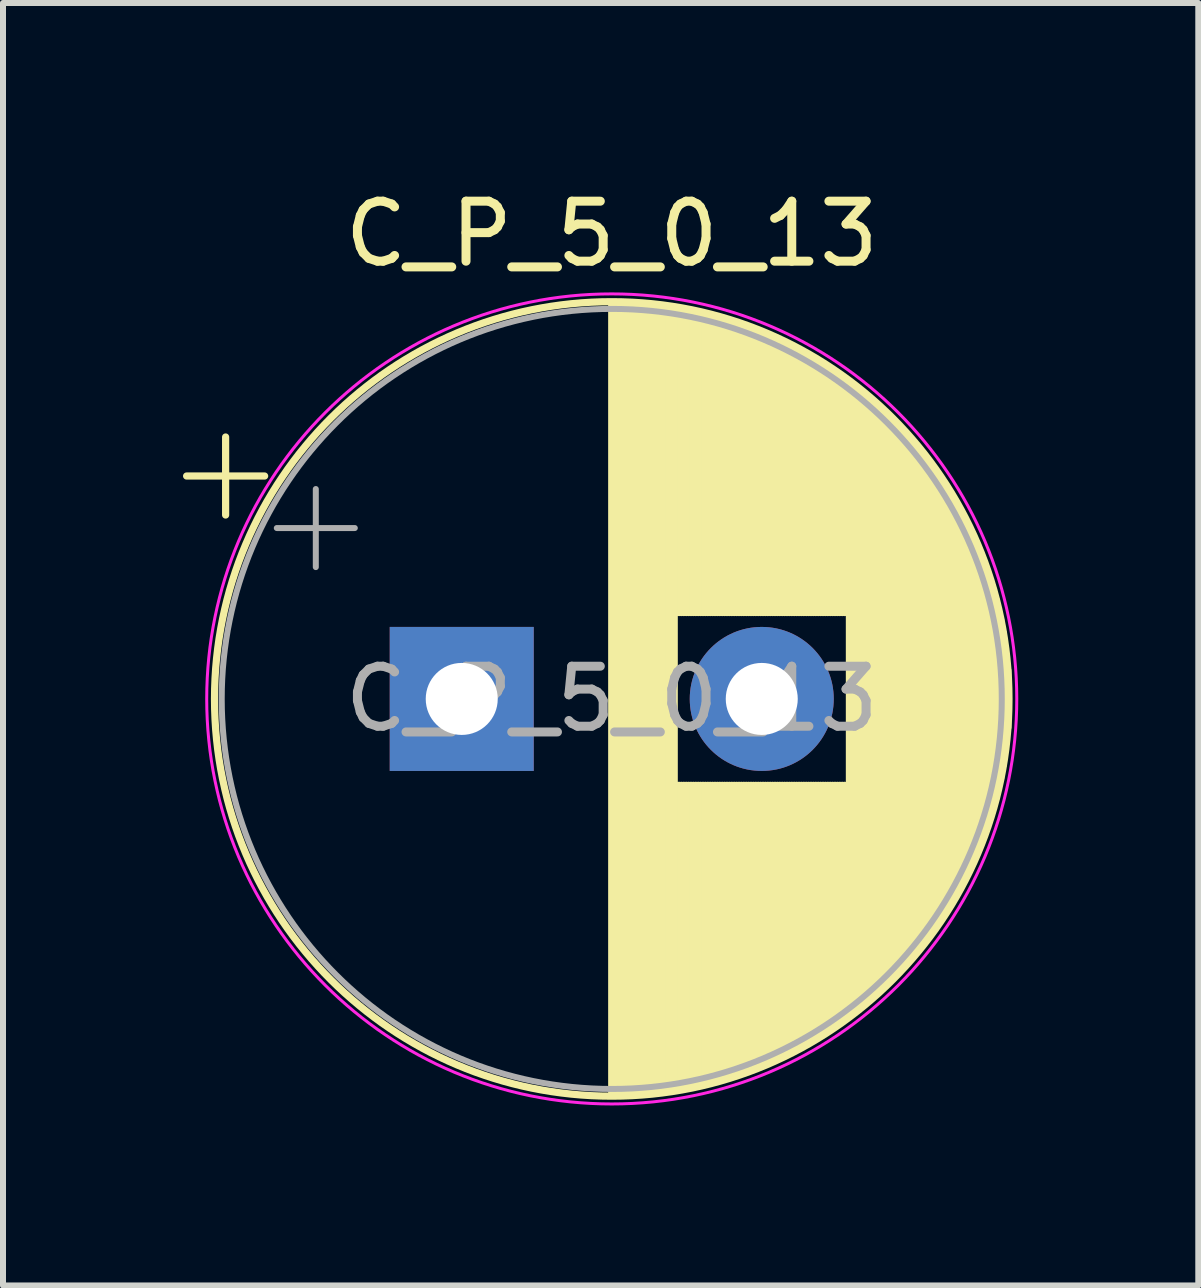
<source format=kicad_pcb>
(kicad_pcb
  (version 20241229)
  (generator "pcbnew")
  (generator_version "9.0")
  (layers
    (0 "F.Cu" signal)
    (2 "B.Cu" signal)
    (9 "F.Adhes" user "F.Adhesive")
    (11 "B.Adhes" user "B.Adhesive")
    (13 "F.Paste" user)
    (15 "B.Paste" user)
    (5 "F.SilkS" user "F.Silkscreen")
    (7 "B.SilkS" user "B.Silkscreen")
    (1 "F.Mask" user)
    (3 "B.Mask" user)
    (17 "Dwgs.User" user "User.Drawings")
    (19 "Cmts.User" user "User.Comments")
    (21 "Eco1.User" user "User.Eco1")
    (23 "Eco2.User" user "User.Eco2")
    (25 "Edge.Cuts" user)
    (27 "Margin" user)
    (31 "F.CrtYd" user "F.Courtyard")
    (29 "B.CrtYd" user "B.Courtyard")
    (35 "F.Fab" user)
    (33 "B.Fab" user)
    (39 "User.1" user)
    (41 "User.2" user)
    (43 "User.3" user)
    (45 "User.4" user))
  (footprint "C_P_5_0_13"
    (layer "F.Cu")
    (at 4.645 8.598)
    (property "Reference" "C_P_5_0_13" (at 2.5 -7.75 0) (layer "F.SilkS") (effects (font (size 1 1) (thickness 0.15))))
    (attr through_hole)
    (fp_line (start -4.585 -3.715) (end -3.285 -3.715) (stroke (width 0.12) (type solid)) (layer "F.SilkS"))
    (fp_line (start -3.935 -4.365) (end -3.935 -3.065) (stroke (width 0.12) (type solid)) (layer "F.SilkS"))
    (fp_line (start 2.5 -6.58) (end 2.5 6.58) (stroke (width 0.12) (type solid)) (layer "F.SilkS"))
    (fp_line (start 2.54 -6.58) (end 2.54 6.58) (stroke (width 0.12) (type solid)) (layer "F.SilkS"))
    (fp_line (start 2.58 -6.58) (end 2.58 6.58) (stroke (width 0.12) (type solid)) (layer "F.SilkS"))
    (fp_line (start 2.62 -6.579) (end 2.62 6.579) (stroke (width 0.12) (type solid)) (layer "F.SilkS"))
    (fp_line (start 2.66 -6.579) (end 2.66 6.579) (stroke (width 0.12) (type solid)) (layer "F.SilkS"))
    (fp_line (start 2.7 -6.577) (end 2.7 6.577) (stroke (width 0.12) (type solid)) (layer "F.SilkS"))
    (fp_line (start 2.74 -6.576) (end 2.74 6.576) (stroke (width 0.12) (type solid)) (layer "F.SilkS"))
    (fp_line (start 2.78 -6.575) (end 2.78 6.575) (stroke (width 0.12) (type solid)) (layer "F.SilkS"))
    (fp_line (start 2.82 -6.573) (end 2.82 6.573) (stroke (width 0.12) (type solid)) (layer "F.SilkS"))
    (fp_line (start 2.86 -6.571) (end 2.86 6.571) (stroke (width 0.12) (type solid)) (layer "F.SilkS"))
    (fp_line (start 2.9 -6.568) (end 2.9 6.568) (stroke (width 0.12) (type solid)) (layer "F.SilkS"))
    (fp_line (start 2.94 -6.566) (end 2.94 6.566) (stroke (width 0.12) (type solid)) (layer "F.SilkS"))
    (fp_line (start 2.98 -6.563) (end 2.98 6.563) (stroke (width 0.12) (type solid)) (layer "F.SilkS"))
    (fp_line (start 3.02 -6.56) (end 3.02 6.56) (stroke (width 0.12) (type solid)) (layer "F.SilkS"))
    (fp_line (start 3.06 -6.557) (end 3.06 6.557) (stroke (width 0.12) (type solid)) (layer "F.SilkS"))
    (fp_line (start 3.1 -6.553) (end 3.1 6.553) (stroke (width 0.12) (type solid)) (layer "F.SilkS"))
    (fp_line (start 3.14 -6.549) (end 3.14 6.549) (stroke (width 0.12) (type solid)) (layer "F.SilkS"))
    (fp_line (start 3.18 -6.545) (end 3.18 6.545) (stroke (width 0.12) (type solid)) (layer "F.SilkS"))
    (fp_line (start 3.221 -6.541) (end 3.221 6.541) (stroke (width 0.12) (type solid)) (layer "F.SilkS"))
    (fp_line (start 3.261 -6.537) (end 3.261 6.537) (stroke (width 0.12) (type solid)) (layer "F.SilkS"))
    (fp_line (start 3.301 -6.532) (end 3.301 6.532) (stroke (width 0.12) (type solid)) (layer "F.SilkS"))
    (fp_line (start 3.341 -6.527) (end 3.341 6.527) (stroke (width 0.12) (type solid)) (layer "F.SilkS"))
    (fp_line (start 3.381 -6.522) (end 3.381 6.522) (stroke (width 0.12) (type solid)) (layer "F.SilkS"))
    (fp_line (start 3.421 -6.516) (end 3.421 6.516) (stroke (width 0.12) (type solid)) (layer "F.SilkS"))
    (fp_line (start 3.461 -6.511) (end 3.461 6.511) (stroke (width 0.12) (type solid)) (layer "F.SilkS"))
    (fp_line (start 3.501 -6.505) (end 3.501 6.505) (stroke (width 0.12) (type solid)) (layer "F.SilkS"))
    (fp_line (start 3.541 -6.498) (end 3.541 6.498) (stroke (width 0.12) (type solid)) (layer "F.SilkS"))
    (fp_line (start 3.581 -6.492) (end 3.581 -1.44) (stroke (width 0.12) (type solid)) (layer "F.SilkS"))
    (fp_line (start 3.581 1.44) (end 3.581 6.492) (stroke (width 0.12) (type solid)) (layer "F.SilkS"))
    (fp_line (start 3.621 -6.485) (end 3.621 -1.44) (stroke (width 0.12) (type solid)) (layer "F.SilkS"))
    (fp_line (start 3.621 1.44) (end 3.621 6.485) (stroke (width 0.12) (type solid)) (layer "F.SilkS"))
    (fp_line (start 3.661 -6.478) (end 3.661 -1.44) (stroke (width 0.12) (type solid)) (layer "F.SilkS"))
    (fp_line (start 3.661 1.44) (end 3.661 6.478) (stroke (width 0.12) (type solid)) (layer "F.SilkS"))
    (fp_line (start 3.701 -6.471) (end 3.701 -1.44) (stroke (width 0.12) (type solid)) (layer "F.SilkS"))
    (fp_line (start 3.701 1.44) (end 3.701 6.471) (stroke (width 0.12) (type solid)) (layer "F.SilkS"))
    (fp_line (start 3.741 -6.463) (end 3.741 -1.44) (stroke (width 0.12) (type solid)) (layer "F.SilkS"))
    (fp_line (start 3.741 1.44) (end 3.741 6.463) (stroke (width 0.12) (type solid)) (layer "F.SilkS"))
    (fp_line (start 3.781 -6.456) (end 3.781 -1.44) (stroke (width 0.12) (type solid)) (layer "F.SilkS"))
    (fp_line (start 3.781 1.44) (end 3.781 6.456) (stroke (width 0.12) (type solid)) (layer "F.SilkS"))
    (fp_line (start 3.821 -6.448) (end 3.821 -1.44) (stroke (width 0.12) (type solid)) (layer "F.SilkS"))
    (fp_line (start 3.821 1.44) (end 3.821 6.448) (stroke (width 0.12) (type solid)) (layer "F.SilkS"))
    (fp_line (start 3.861 -6.439) (end 3.861 -1.44) (stroke (width 0.12) (type solid)) (layer "F.SilkS"))
    (fp_line (start 3.861 1.44) (end 3.861 6.439) (stroke (width 0.12) (type solid)) (layer "F.SilkS"))
    (fp_line (start 3.901 -6.431) (end 3.901 -1.44) (stroke (width 0.12) (type solid)) (layer "F.SilkS"))
    (fp_line (start 3.901 1.44) (end 3.901 6.431) (stroke (width 0.12) (type solid)) (layer "F.SilkS"))
    (fp_line (start 3.941 -6.422) (end 3.941 -1.44) (stroke (width 0.12) (type solid)) (layer "F.SilkS"))
    (fp_line (start 3.941 1.44) (end 3.941 6.422) (stroke (width 0.12) (type solid)) (layer "F.SilkS"))
    (fp_line (start 3.981 -6.413) (end 3.981 -1.44) (stroke (width 0.12) (type solid)) (layer "F.SilkS"))
    (fp_line (start 3.981 1.44) (end 3.981 6.413) (stroke (width 0.12) (type solid)) (layer "F.SilkS"))
    (fp_line (start 4.021 -6.404) (end 4.021 -1.44) (stroke (width 0.12) (type solid)) (layer "F.SilkS"))
    (fp_line (start 4.021 1.44) (end 4.021 6.404) (stroke (width 0.12) (type solid)) (layer "F.SilkS"))
    (fp_line (start 4.061 -6.394) (end 4.061 -1.44) (stroke (width 0.12) (type solid)) (layer "F.SilkS"))
    (fp_line (start 4.061 1.44) (end 4.061 6.394) (stroke (width 0.12) (type solid)) (layer "F.SilkS"))
    (fp_line (start 4.101 -6.384) (end 4.101 -1.44) (stroke (width 0.12) (type solid)) (layer "F.SilkS"))
    (fp_line (start 4.101 1.44) (end 4.101 6.384) (stroke (width 0.12) (type solid)) (layer "F.SilkS"))
    (fp_line (start 4.141 -6.374) (end 4.141 -1.44) (stroke (width 0.12) (type solid)) (layer "F.SilkS"))
    (fp_line (start 4.141 1.44) (end 4.141 6.374) (stroke (width 0.12) (type solid)) (layer "F.SilkS"))
    (fp_line (start 4.181 -6.364) (end 4.181 -1.44) (stroke (width 0.12) (type solid)) (layer "F.SilkS"))
    (fp_line (start 4.181 1.44) (end 4.181 6.364) (stroke (width 0.12) (type solid)) (layer "F.SilkS"))
    (fp_line (start 4.221 -6.353) (end 4.221 -1.44) (stroke (width 0.12) (type solid)) (layer "F.SilkS"))
    (fp_line (start 4.221 1.44) (end 4.221 6.353) (stroke (width 0.12) (type solid)) (layer "F.SilkS"))
    (fp_line (start 4.261 -6.342) (end 4.261 -1.44) (stroke (width 0.12) (type solid)) (layer "F.SilkS"))
    (fp_line (start 4.261 1.44) (end 4.261 6.342) (stroke (width 0.12) (type solid)) (layer "F.SilkS"))
    (fp_line (start 4.301 -6.331) (end 4.301 -1.44) (stroke (width 0.12) (type solid)) (layer "F.SilkS"))
    (fp_line (start 4.301 1.44) (end 4.301 6.331) (stroke (width 0.12) (type solid)) (layer "F.SilkS"))
    (fp_line (start 4.341 -6.32) (end 4.341 -1.44) (stroke (width 0.12) (type solid)) (layer "F.SilkS"))
    (fp_line (start 4.341 1.44) (end 4.341 6.32) (stroke (width 0.12) (type solid)) (layer "F.SilkS"))
    (fp_line (start 4.381 -6.308) (end 4.381 -1.44) (stroke (width 0.12) (type solid)) (layer "F.SilkS"))
    (fp_line (start 4.381 1.44) (end 4.381 6.308) (stroke (width 0.12) (type solid)) (layer "F.SilkS"))
    (fp_line (start 4.421 -6.296) (end 4.421 -1.44) (stroke (width 0.12) (type solid)) (layer "F.SilkS"))
    (fp_line (start 4.421 1.44) (end 4.421 6.296) (stroke (width 0.12) (type solid)) (layer "F.SilkS"))
    (fp_line (start 4.461 -6.284) (end 4.461 -1.44) (stroke (width 0.12) (type solid)) (layer "F.SilkS"))
    (fp_line (start 4.461 1.44) (end 4.461 6.284) (stroke (width 0.12) (type solid)) (layer "F.SilkS"))
    (fp_line (start 4.501 -6.271) (end 4.501 -1.44) (stroke (width 0.12) (type solid)) (layer "F.SilkS"))
    (fp_line (start 4.501 1.44) (end 4.501 6.271) (stroke (width 0.12) (type solid)) (layer "F.SilkS"))
    (fp_line (start 4.541 -6.258) (end 4.541 -1.44) (stroke (width 0.12) (type solid)) (layer "F.SilkS"))
    (fp_line (start 4.541 1.44) (end 4.541 6.258) (stroke (width 0.12) (type solid)) (layer "F.SilkS"))
    (fp_line (start 4.581 -6.245) (end 4.581 -1.44) (stroke (width 0.12) (type solid)) (layer "F.SilkS"))
    (fp_line (start 4.581 1.44) (end 4.581 6.245) (stroke (width 0.12) (type solid)) (layer "F.SilkS"))
    (fp_line (start 4.621 -6.232) (end 4.621 -1.44) (stroke (width 0.12) (type solid)) (layer "F.SilkS"))
    (fp_line (start 4.621 1.44) (end 4.621 6.232) (stroke (width 0.12) (type solid)) (layer "F.SilkS"))
    (fp_line (start 4.661 -6.218) (end 4.661 -1.44) (stroke (width 0.12) (type solid)) (layer "F.SilkS"))
    (fp_line (start 4.661 1.44) (end 4.661 6.218) (stroke (width 0.12) (type solid)) (layer "F.SilkS"))
    (fp_line (start 4.701 -6.204) (end 4.701 -1.44) (stroke (width 0.12) (type solid)) (layer "F.SilkS"))
    (fp_line (start 4.701 1.44) (end 4.701 6.204) (stroke (width 0.12) (type solid)) (layer "F.SilkS"))
    (fp_line (start 4.741 -6.19) (end 4.741 -1.44) (stroke (width 0.12) (type solid)) (layer "F.SilkS"))
    (fp_line (start 4.741 1.44) (end 4.741 6.19) (stroke (width 0.12) (type solid)) (layer "F.SilkS"))
    (fp_line (start 4.781 -6.175) (end 4.781 -1.44) (stroke (width 0.12) (type solid)) (layer "F.SilkS"))
    (fp_line (start 4.781 1.44) (end 4.781 6.175) (stroke (width 0.12) (type solid)) (layer "F.SilkS"))
    (fp_line (start 4.821 -6.161) (end 4.821 -1.44) (stroke (width 0.12) (type solid)) (layer "F.SilkS"))
    (fp_line (start 4.821 1.44) (end 4.821 6.161) (stroke (width 0.12) (type solid)) (layer "F.SilkS"))
    (fp_line (start 4.861 -6.146) (end 4.861 -1.44) (stroke (width 0.12) (type solid)) (layer "F.SilkS"))
    (fp_line (start 4.861 1.44) (end 4.861 6.146) (stroke (width 0.12) (type solid)) (layer "F.SilkS"))
    (fp_line (start 4.901 -6.13) (end 4.901 -1.44) (stroke (width 0.12) (type solid)) (layer "F.SilkS"))
    (fp_line (start 4.901 1.44) (end 4.901 6.13) (stroke (width 0.12) (type solid)) (layer "F.SilkS"))
    (fp_line (start 4.941 -6.114) (end 4.941 -1.44) (stroke (width 0.12) (type solid)) (layer "F.SilkS"))
    (fp_line (start 4.941 1.44) (end 4.941 6.114) (stroke (width 0.12) (type solid)) (layer "F.SilkS"))
    (fp_line (start 4.981 -6.098) (end 4.981 -1.44) (stroke (width 0.12) (type solid)) (layer "F.SilkS"))
    (fp_line (start 4.981 1.44) (end 4.981 6.098) (stroke (width 0.12) (type solid)) (layer "F.SilkS"))
    (fp_line (start 5.021 -6.082) (end 5.021 -1.44) (stroke (width 0.12) (type solid)) (layer "F.SilkS"))
    (fp_line (start 5.021 1.44) (end 5.021 6.082) (stroke (width 0.12) (type solid)) (layer "F.SilkS"))
    (fp_line (start 5.061 -6.065) (end 5.061 -1.44) (stroke (width 0.12) (type solid)) (layer "F.SilkS"))
    (fp_line (start 5.061 1.44) (end 5.061 6.065) (stroke (width 0.12) (type solid)) (layer "F.SilkS"))
    (fp_line (start 5.101 -6.049) (end 5.101 -1.44) (stroke (width 0.12) (type solid)) (layer "F.SilkS"))
    (fp_line (start 5.101 1.44) (end 5.101 6.049) (stroke (width 0.12) (type solid)) (layer "F.SilkS"))
    (fp_line (start 5.141 -6.031) (end 5.141 -1.44) (stroke (width 0.12) (type solid)) (layer "F.SilkS"))
    (fp_line (start 5.141 1.44) (end 5.141 6.031) (stroke (width 0.12) (type solid)) (layer "F.SilkS"))
    (fp_line (start 5.181 -6.014) (end 5.181 -1.44) (stroke (width 0.12) (type solid)) (layer "F.SilkS"))
    (fp_line (start 5.181 1.44) (end 5.181 6.014) (stroke (width 0.12) (type solid)) (layer "F.SilkS"))
    (fp_line (start 5.221 -5.996) (end 5.221 -1.44) (stroke (width 0.12) (type solid)) (layer "F.SilkS"))
    (fp_line (start 5.221 1.44) (end 5.221 5.996) (stroke (width 0.12) (type solid)) (layer "F.SilkS"))
    (fp_line (start 5.261 -5.978) (end 5.261 -1.44) (stroke (width 0.12) (type solid)) (layer "F.SilkS"))
    (fp_line (start 5.261 1.44) (end 5.261 5.978) (stroke (width 0.12) (type solid)) (layer "F.SilkS"))
    (fp_line (start 5.301 -5.959) (end 5.301 -1.44) (stroke (width 0.12) (type solid)) (layer "F.SilkS"))
    (fp_line (start 5.301 1.44) (end 5.301 5.959) (stroke (width 0.12) (type solid)) (layer "F.SilkS"))
    (fp_line (start 5.341 -5.94) (end 5.341 -1.44) (stroke (width 0.12) (type solid)) (layer "F.SilkS"))
    (fp_line (start 5.341 1.44) (end 5.341 5.94) (stroke (width 0.12) (type solid)) (layer "F.SilkS"))
    (fp_line (start 5.381 -5.921) (end 5.381 -1.44) (stroke (width 0.12) (type solid)) (layer "F.SilkS"))
    (fp_line (start 5.381 1.44) (end 5.381 5.921) (stroke (width 0.12) (type solid)) (layer "F.SilkS"))
    (fp_line (start 5.421 -5.902) (end 5.421 -1.44) (stroke (width 0.12) (type solid)) (layer "F.SilkS"))
    (fp_line (start 5.421 1.44) (end 5.421 5.902) (stroke (width 0.12) (type solid)) (layer "F.SilkS"))
    (fp_line (start 5.461 -5.882) (end 5.461 -1.44) (stroke (width 0.12) (type solid)) (layer "F.SilkS"))
    (fp_line (start 5.461 1.44) (end 5.461 5.882) (stroke (width 0.12) (type solid)) (layer "F.SilkS"))
    (fp_line (start 5.501 -5.862) (end 5.501 -1.44) (stroke (width 0.12) (type solid)) (layer "F.SilkS"))
    (fp_line (start 5.501 1.44) (end 5.501 5.862) (stroke (width 0.12) (type solid)) (layer "F.SilkS"))
    (fp_line (start 5.541 -5.841) (end 5.541 -1.44) (stroke (width 0.12) (type solid)) (layer "F.SilkS"))
    (fp_line (start 5.541 1.44) (end 5.541 5.841) (stroke (width 0.12) (type solid)) (layer "F.SilkS"))
    (fp_line (start 5.581 -5.82) (end 5.581 -1.44) (stroke (width 0.12) (type solid)) (layer "F.SilkS"))
    (fp_line (start 5.581 1.44) (end 5.581 5.82) (stroke (width 0.12) (type solid)) (layer "F.SilkS"))
    (fp_line (start 5.621 -5.799) (end 5.621 -1.44) (stroke (width 0.12) (type solid)) (layer "F.SilkS"))
    (fp_line (start 5.621 1.44) (end 5.621 5.799) (stroke (width 0.12) (type solid)) (layer "F.SilkS"))
    (fp_line (start 5.661 -5.778) (end 5.661 -1.44) (stroke (width 0.12) (type solid)) (layer "F.SilkS"))
    (fp_line (start 5.661 1.44) (end 5.661 5.778) (stroke (width 0.12) (type solid)) (layer "F.SilkS"))
    (fp_line (start 5.701 -5.756) (end 5.701 -1.44) (stroke (width 0.12) (type solid)) (layer "F.SilkS"))
    (fp_line (start 5.701 1.44) (end 5.701 5.756) (stroke (width 0.12) (type solid)) (layer "F.SilkS"))
    (fp_line (start 5.741 -5.733) (end 5.741 -1.44) (stroke (width 0.12) (type solid)) (layer "F.SilkS"))
    (fp_line (start 5.741 1.44) (end 5.741 5.733) (stroke (width 0.12) (type solid)) (layer "F.SilkS"))
    (fp_line (start 5.781 -5.711) (end 5.781 -1.44) (stroke (width 0.12) (type solid)) (layer "F.SilkS"))
    (fp_line (start 5.781 1.44) (end 5.781 5.711) (stroke (width 0.12) (type solid)) (layer "F.SilkS"))
    (fp_line (start 5.821 -5.688) (end 5.821 -1.44) (stroke (width 0.12) (type solid)) (layer "F.SilkS"))
    (fp_line (start 5.821 1.44) (end 5.821 5.688) (stroke (width 0.12) (type solid)) (layer "F.SilkS"))
    (fp_line (start 5.861 -5.664) (end 5.861 -1.44) (stroke (width 0.12) (type solid)) (layer "F.SilkS"))
    (fp_line (start 5.861 1.44) (end 5.861 5.664) (stroke (width 0.12) (type solid)) (layer "F.SilkS"))
    (fp_line (start 5.901 -5.641) (end 5.901 -1.44) (stroke (width 0.12) (type solid)) (layer "F.SilkS"))
    (fp_line (start 5.901 1.44) (end 5.901 5.641) (stroke (width 0.12) (type solid)) (layer "F.SilkS"))
    (fp_line (start 5.941 -5.617) (end 5.941 -1.44) (stroke (width 0.12) (type solid)) (layer "F.SilkS"))
    (fp_line (start 5.941 1.44) (end 5.941 5.617) (stroke (width 0.12) (type solid)) (layer "F.SilkS"))
    (fp_line (start 5.981 -5.592) (end 5.981 -1.44) (stroke (width 0.12) (type solid)) (layer "F.SilkS"))
    (fp_line (start 5.981 1.44) (end 5.981 5.592) (stroke (width 0.12) (type solid)) (layer "F.SilkS"))
    (fp_line (start 6.021 -5.567) (end 6.021 -1.44) (stroke (width 0.12) (type solid)) (layer "F.SilkS"))
    (fp_line (start 6.021 1.44) (end 6.021 5.567) (stroke (width 0.12) (type solid)) (layer "F.SilkS"))
    (fp_line (start 6.061 -5.542) (end 6.061 -1.44) (stroke (width 0.12) (type solid)) (layer "F.SilkS"))
    (fp_line (start 6.061 1.44) (end 6.061 5.542) (stroke (width 0.12) (type solid)) (layer "F.SilkS"))
    (fp_line (start 6.101 -5.516) (end 6.101 -1.44) (stroke (width 0.12) (type solid)) (layer "F.SilkS"))
    (fp_line (start 6.101 1.44) (end 6.101 5.516) (stroke (width 0.12) (type solid)) (layer "F.SilkS"))
    (fp_line (start 6.141 -5.49) (end 6.141 -1.44) (stroke (width 0.12) (type solid)) (layer "F.SilkS"))
    (fp_line (start 6.141 1.44) (end 6.141 5.49) (stroke (width 0.12) (type solid)) (layer "F.SilkS"))
    (fp_line (start 6.181 -5.463) (end 6.181 -1.44) (stroke (width 0.12) (type solid)) (layer "F.SilkS"))
    (fp_line (start 6.181 1.44) (end 6.181 5.463) (stroke (width 0.12) (type solid)) (layer "F.SilkS"))
    (fp_line (start 6.221 -5.436) (end 6.221 -1.44) (stroke (width 0.12) (type solid)) (layer "F.SilkS"))
    (fp_line (start 6.221 1.44) (end 6.221 5.436) (stroke (width 0.12) (type solid)) (layer "F.SilkS"))
    (fp_line (start 6.261 -5.409) (end 6.261 -1.44) (stroke (width 0.12) (type solid)) (layer "F.SilkS"))
    (fp_line (start 6.261 1.44) (end 6.261 5.409) (stroke (width 0.12) (type solid)) (layer "F.SilkS"))
    (fp_line (start 6.301 -5.381) (end 6.301 -1.44) (stroke (width 0.12) (type solid)) (layer "F.SilkS"))
    (fp_line (start 6.301 1.44) (end 6.301 5.381) (stroke (width 0.12) (type solid)) (layer "F.SilkS"))
    (fp_line (start 6.341 -5.353) (end 6.341 -1.44) (stroke (width 0.12) (type solid)) (layer "F.SilkS"))
    (fp_line (start 6.341 1.44) (end 6.341 5.353) (stroke (width 0.12) (type solid)) (layer "F.SilkS"))
    (fp_line (start 6.381 -5.324) (end 6.381 -1.44) (stroke (width 0.12) (type solid)) (layer "F.SilkS"))
    (fp_line (start 6.381 1.44) (end 6.381 5.324) (stroke (width 0.12) (type solid)) (layer "F.SilkS"))
    (fp_line (start 6.421 -5.295) (end 6.421 -1.44) (stroke (width 0.12) (type solid)) (layer "F.SilkS"))
    (fp_line (start 6.421 1.44) (end 6.421 5.295) (stroke (width 0.12) (type solid)) (layer "F.SilkS"))
    (fp_line (start 6.461 -5.265) (end 6.461 5.265) (stroke (width 0.12) (type solid)) (layer "F.SilkS"))
    (fp_line (start 6.501 -5.235) (end 6.501 5.235) (stroke (width 0.12) (type solid)) (layer "F.SilkS"))
    (fp_line (start 6.541 -5.205) (end 6.541 5.205) (stroke (width 0.12) (type solid)) (layer "F.SilkS"))
    (fp_line (start 6.581 -5.174) (end 6.581 5.174) (stroke (width 0.12) (type solid)) (layer "F.SilkS"))
    (fp_line (start 6.621 -5.142) (end 6.621 5.142) (stroke (width 0.12) (type solid)) (layer "F.SilkS"))
    (fp_line (start 6.661 -5.11) (end 6.661 5.11) (stroke (width 0.12) (type solid)) (layer "F.SilkS"))
    (fp_line (start 6.701 -5.078) (end 6.701 5.078) (stroke (width 0.12) (type solid)) (layer "F.SilkS"))
    (fp_line (start 6.741 -5.044) (end 6.741 5.044) (stroke (width 0.12) (type solid)) (layer "F.SilkS"))
    (fp_line (start 6.781 -5.011) (end 6.781 5.011) (stroke (width 0.12) (type solid)) (layer "F.SilkS"))
    (fp_line (start 6.821 -4.977) (end 6.821 4.977) (stroke (width 0.12) (type solid)) (layer "F.SilkS"))
    (fp_line (start 6.861 -4.942) (end 6.861 4.942) (stroke (width 0.12) (type solid)) (layer "F.SilkS"))
    (fp_line (start 6.901 -4.907) (end 6.901 4.907) (stroke (width 0.12) (type solid)) (layer "F.SilkS"))
    (fp_line (start 6.941 -4.871) (end 6.941 4.871) (stroke (width 0.12) (type solid)) (layer "F.SilkS"))
    (fp_line (start 6.981 -4.834) (end 6.981 4.834) (stroke (width 0.12) (type solid)) (layer "F.SilkS"))
    (fp_line (start 7.021 -4.797) (end 7.021 4.797) (stroke (width 0.12) (type solid)) (layer "F.SilkS"))
    (fp_line (start 7.061 -4.76) (end 7.061 4.76) (stroke (width 0.12) (type solid)) (layer "F.SilkS"))
    (fp_line (start 7.101 -4.721) (end 7.101 4.721) (stroke (width 0.12) (type solid)) (layer "F.SilkS"))
    (fp_line (start 7.141 -4.682) (end 7.141 4.682) (stroke (width 0.12) (type solid)) (layer "F.SilkS"))
    (fp_line (start 7.181 -4.643) (end 7.181 4.643) (stroke (width 0.12) (type solid)) (layer "F.SilkS"))
    (fp_line (start 7.221 -4.602) (end 7.221 4.602) (stroke (width 0.12) (type solid)) (layer "F.SilkS"))
    (fp_line (start 7.261 -4.561) (end 7.261 4.561) (stroke (width 0.12) (type solid)) (layer "F.SilkS"))
    (fp_line (start 7.301 -4.519) (end 7.301 4.519) (stroke (width 0.12) (type solid)) (layer "F.SilkS"))
    (fp_line (start 7.341 -4.477) (end 7.341 4.477) (stroke (width 0.12) (type solid)) (layer "F.SilkS"))
    (fp_line (start 7.381 -4.434) (end 7.381 4.434) (stroke (width 0.12) (type solid)) (layer "F.SilkS"))
    (fp_line (start 7.421 -4.39) (end 7.421 4.39) (stroke (width 0.12) (type solid)) (layer "F.SilkS"))
    (fp_line (start 7.461 -4.345) (end 7.461 4.345) (stroke (width 0.12) (type solid)) (layer "F.SilkS"))
    (fp_line (start 7.501 -4.299) (end 7.501 4.299) (stroke (width 0.12) (type solid)) (layer "F.SilkS"))
    (fp_line (start 7.541 -4.253) (end 7.541 4.253) (stroke (width 0.12) (type solid)) (layer "F.SilkS"))
    (fp_line (start 7.581 -4.205) (end 7.581 4.205) (stroke (width 0.12) (type solid)) (layer "F.SilkS"))
    (fp_line (start 7.621 -4.157) (end 7.621 4.157) (stroke (width 0.12) (type solid)) (layer "F.SilkS"))
    (fp_line (start 7.661 -4.108) (end 7.661 4.108) (stroke (width 0.12) (type solid)) (layer "F.SilkS"))
    (fp_line (start 7.701 -4.057) (end 7.701 4.057) (stroke (width 0.12) (type solid)) (layer "F.SilkS"))
    (fp_line (start 7.741 -4.006) (end 7.741 4.006) (stroke (width 0.12) (type solid)) (layer "F.SilkS"))
    (fp_line (start 7.781 -3.954) (end 7.781 3.954) (stroke (width 0.12) (type solid)) (layer "F.SilkS"))
    (fp_line (start 7.821 -3.9) (end 7.821 3.9) (stroke (width 0.12) (type solid)) (layer "F.SilkS"))
    (fp_line (start 7.861 -3.846) (end 7.861 3.846) (stroke (width 0.12) (type solid)) (layer "F.SilkS"))
    (fp_line (start 7.901 -3.79) (end 7.901 3.79) (stroke (width 0.12) (type solid)) (layer "F.SilkS"))
    (fp_line (start 7.941 -3.733) (end 7.941 3.733) (stroke (width 0.12) (type solid)) (layer "F.SilkS"))
    (fp_line (start 7.981 -3.675) (end 7.981 3.675) (stroke (width 0.12) (type solid)) (layer "F.SilkS"))
    (fp_line (start 8.021 -3.615) (end 8.021 3.615) (stroke (width 0.12) (type solid)) (layer "F.SilkS"))
    (fp_line (start 8.061 -3.554) (end 8.061 3.554) (stroke (width 0.12) (type solid)) (layer "F.SilkS"))
    (fp_line (start 8.101 -3.491) (end 8.101 3.491) (stroke (width 0.12) (type solid)) (layer "F.SilkS"))
    (fp_line (start 8.141 -3.427) (end 8.141 3.427) (stroke (width 0.12) (type solid)) (layer "F.SilkS"))
    (fp_line (start 8.181 -3.361) (end 8.181 3.361) (stroke (width 0.12) (type solid)) (layer "F.SilkS"))
    (fp_line (start 8.221 -3.293) (end 8.221 3.293) (stroke (width 0.12) (type solid)) (layer "F.SilkS"))
    (fp_line (start 8.261 -3.223) (end 8.261 3.223) (stroke (width 0.12) (type solid)) (layer "F.SilkS"))
    (fp_line (start 8.301 -3.152) (end 8.301 3.152) (stroke (width 0.12) (type solid)) (layer "F.SilkS"))
    (fp_line (start 8.341 -3.078) (end 8.341 3.078) (stroke (width 0.12) (type solid)) (layer "F.SilkS"))
    (fp_line (start 8.381 -3.002) (end 8.381 3.002) (stroke (width 0.12) (type solid)) (layer "F.SilkS"))
    (fp_line (start 8.421 -2.923) (end 8.421 2.923) (stroke (width 0.12) (type solid)) (layer "F.SilkS"))
    (fp_line (start 8.461 -2.842) (end 8.461 2.842) (stroke (width 0.12) (type solid)) (layer "F.SilkS"))
    (fp_line (start 8.501 -2.758) (end 8.501 2.758) (stroke (width 0.12) (type solid)) (layer "F.SilkS"))
    (fp_line (start 8.541 -2.67) (end 8.541 2.67) (stroke (width 0.12) (type solid)) (layer "F.SilkS"))
    (fp_line (start 8.581 -2.579) (end 8.581 2.579) (stroke (width 0.12) (type solid)) (layer "F.SilkS"))
    (fp_line (start 8.621 -2.484) (end 8.621 2.484) (stroke (width 0.12) (type solid)) (layer "F.SilkS"))
    (fp_line (start 8.661 -2.385) (end 8.661 2.385) (stroke (width 0.12) (type solid)) (layer "F.SilkS"))
    (fp_line (start 8.701 -2.281) (end 8.701 2.281) (stroke (width 0.12) (type solid)) (layer "F.SilkS"))
    (fp_line (start 8.741 -2.171) (end 8.741 2.171) (stroke (width 0.12) (type solid)) (layer "F.SilkS"))
    (fp_line (start 8.781 -2.055) (end 8.781 2.055) (stroke (width 0.12) (type solid)) (layer "F.SilkS"))
    (fp_line (start 8.821 -1.931) (end 8.821 1.931) (stroke (width 0.12) (type solid)) (layer "F.SilkS"))
    (fp_line (start 8.861 -1.798) (end 8.861 1.798) (stroke (width 0.12) (type solid)) (layer "F.SilkS"))
    (fp_line (start 8.901 -1.653) (end 8.901 1.653) (stroke (width 0.12) (type solid)) (layer "F.SilkS"))
    (fp_line (start 8.941 -1.494) (end 8.941 1.494) (stroke (width 0.12) (type solid)) (layer "F.SilkS"))
    (fp_line (start 8.981 -1.315) (end 8.981 1.315) (stroke (width 0.12) (type solid)) (layer "F.SilkS"))
    (fp_line (start 9.021 -1.107) (end 9.021 1.107) (stroke (width 0.12) (type solid)) (layer "F.SilkS"))
    (fp_line (start 9.061 -0.85) (end 9.061 0.85) (stroke (width 0.12) (type solid)) (layer "F.SilkS"))
    (fp_line (start 9.101 -0.475) (end 9.101 0.475) (stroke (width 0.12) (type solid)) (layer "F.SilkS"))
    (fp_circle (center 2.5 0) (end 9.12 0) (stroke (width 0.12) (type solid)) (fill no) (layer "F.SilkS"))
    (fp_circle (center 2.5 0) (end 9.25 0) (stroke (width 0.05) (type solid)) (fill no) (layer "F.CrtYd"))
    (fp_line (start -3.082 -2.848) (end -1.782 -2.848) (stroke (width 0.1) (type solid)) (layer "F.Fab"))
    (fp_line (start -2.432 -3.498) (end -2.432 -2.197) (stroke (width 0.1) (type solid)) (layer "F.Fab"))
    (fp_circle (center 2.5 0) (end 9 0) (stroke (width 0.1) (type solid)) (fill no) (layer "F.Fab"))
    (fp_text user "${REFERENCE}" (at 2.5 0 0) (layer "F.Fab") (effects (font (size 1 1) (thickness 0.15))))
    (pad "1" thru_hole rect (at 0 0) (size 2.4 2.4) (drill 1.2) (layers "*.Cu" "*.Mask"))
    (pad "2" thru_hole circle (at 5 0) (size 2.4 2.4) (drill 1.2) (layers "*.Cu" "*.Mask")))
  (gr_rect
    (start -3 -3)
    (end 16.92 18.373)
    (stroke (width 0.1) (type default))
    (fill no)
    (layer "Edge.Cuts")))
</source>
